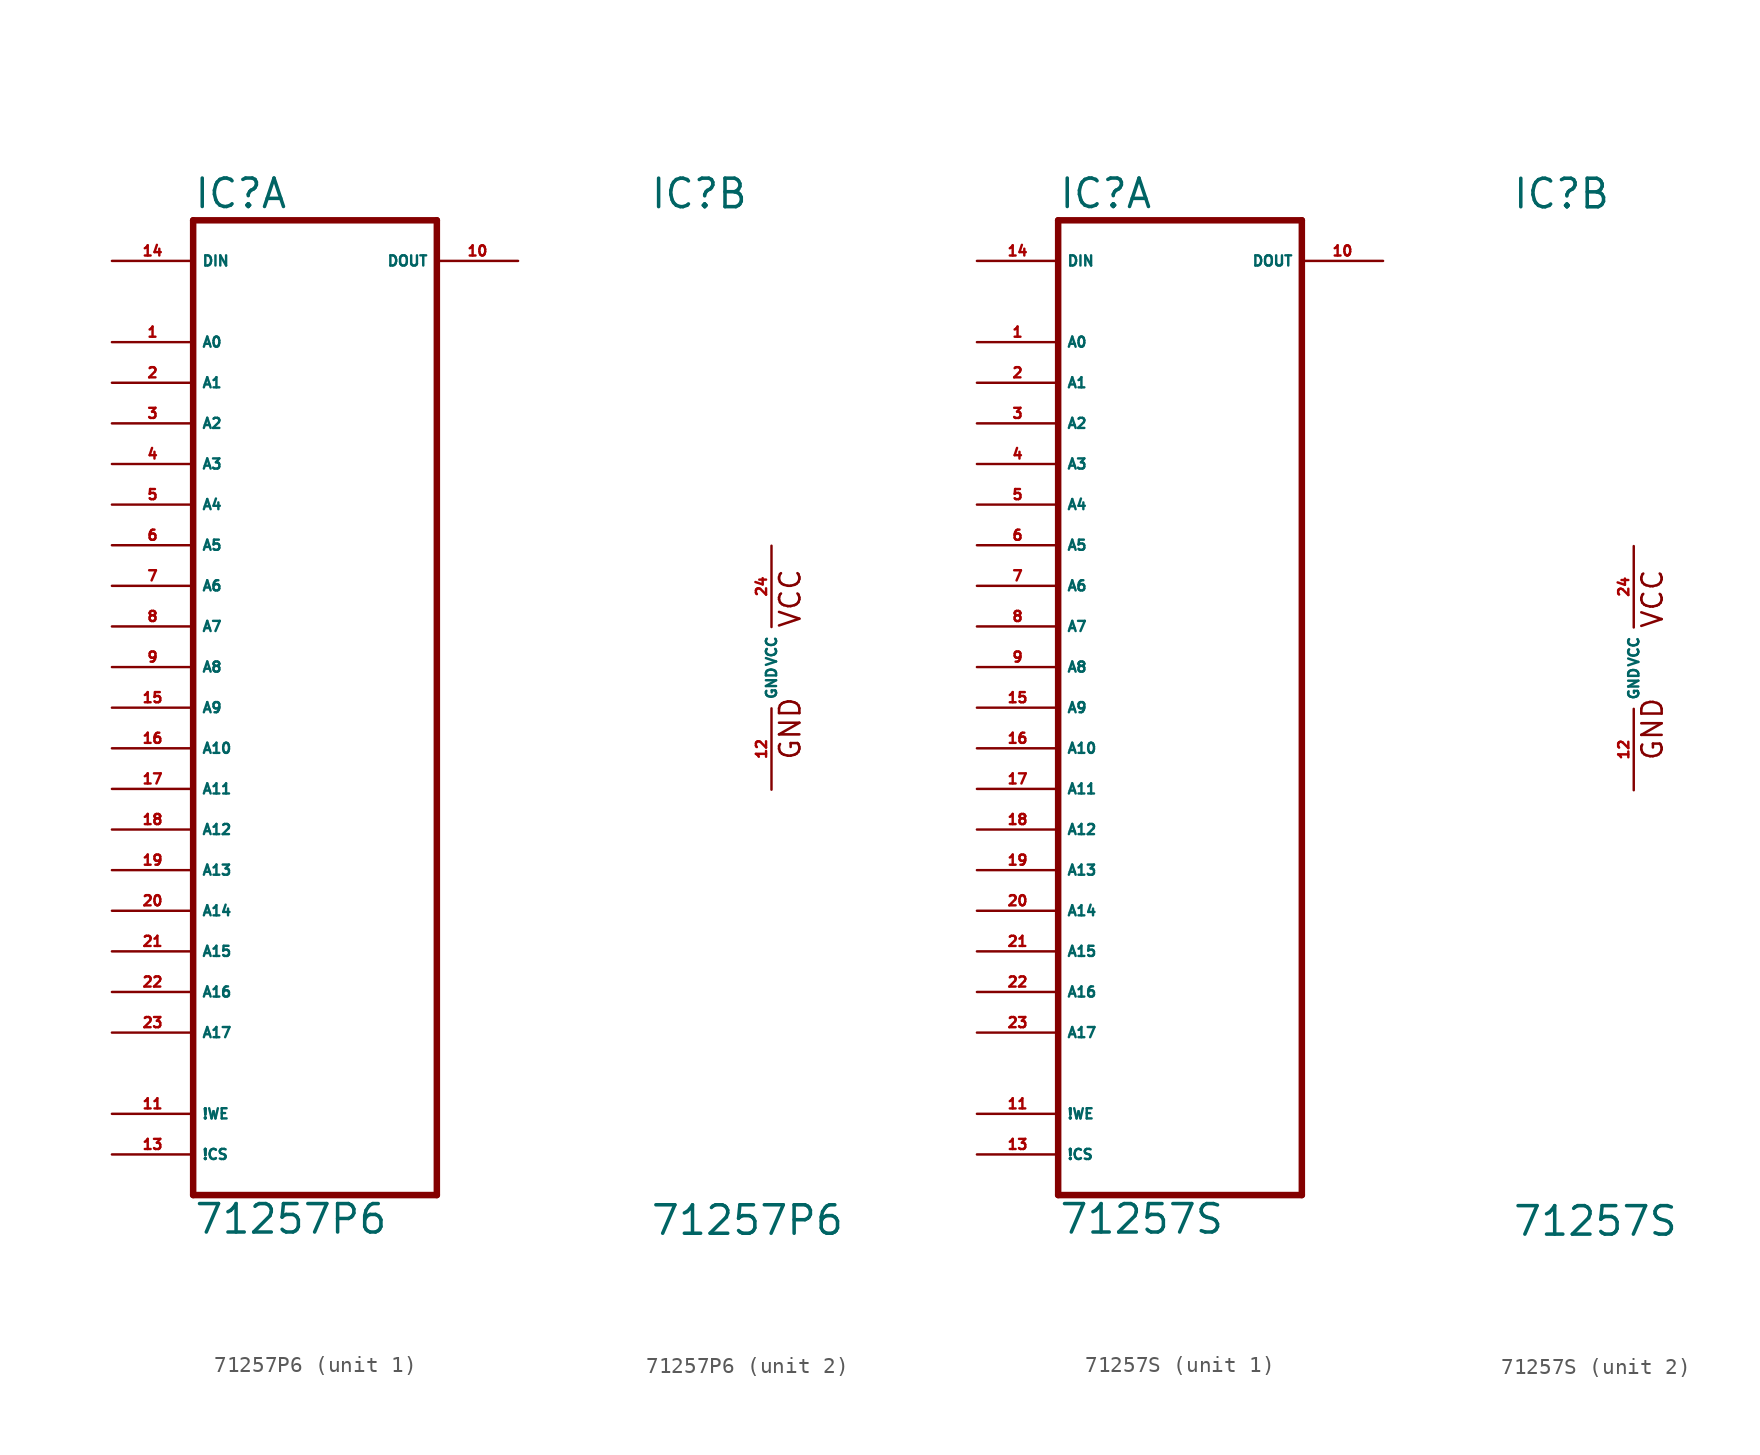
<source format=kicad_sym>
(kicad_symbol_lib
  (version 20220914)
  (generator Eagle2Kicad)
  (symbol "71257P6"
    (property "Reference" "IC"
      (at -7.62 28.575 0)
      (effects (font (size 1.778 1.778) (thickness 0.22)) (justify left bottom)))
    (property "Value" "71257P6"
      (at -7.62 -35.56 0)
      (effects (font (size 1.778 1.778) (thickness 0.22)) (justify left bottom)))
    (symbol "71257P6_1_0"
      (polyline (pts (xy -7.62 -33.02) (xy 7.62 -33.02)) (stroke (width 0.406) (type default)) (fill (type none)))
      (polyline (pts (xy 7.62 -33.02) (xy 7.62 27.94)) (stroke (width 0.406) (type default)) (fill (type none)))
      (polyline (pts (xy 7.62 27.94) (xy -7.62 27.94)) (stroke (width 0.406) (type default)) (fill (type none)))
      (polyline (pts (xy -7.62 27.94) (xy -7.62 -33.02)) (stroke (width 0.406) (type default)) (fill (type none)))
      (pin input line (at -12.7 20.32 0) (length 5.08) (name "A0" (effects (font (size 0.635 0.635) (thickness 0.08)) (justify left bottom))) (number "1" (effects (font (size 0.635 0.635) (thickness 0.08)) (justify left bottom))))
      (pin input line (at -12.7 17.78 0) (length 5.08) (name "A1" (effects (font (size 0.635 0.635) (thickness 0.08)) (justify left bottom))) (number "2" (effects (font (size 0.635 0.635) (thickness 0.08)) (justify left bottom))))
      (pin input line (at -12.7 15.24 0) (length 5.08) (name "A2" (effects (font (size 0.635 0.635) (thickness 0.08)) (justify left bottom))) (number "3" (effects (font (size 0.635 0.635) (thickness 0.08)) (justify left bottom))))
      (pin input line (at -12.7 12.7 0) (length 5.08) (name "A3" (effects (font (size 0.635 0.635) (thickness 0.08)) (justify left bottom))) (number "4" (effects (font (size 0.635 0.635) (thickness 0.08)) (justify left bottom))))
      (pin input line (at -12.7 10.16 0) (length 5.08) (name "A4" (effects (font (size 0.635 0.635) (thickness 0.08)) (justify left bottom))) (number "5" (effects (font (size 0.635 0.635) (thickness 0.08)) (justify left bottom))))
      (pin input line (at -12.7 7.62 0) (length 5.08) (name "A5" (effects (font (size 0.635 0.635) (thickness 0.08)) (justify left bottom))) (number "6" (effects (font (size 0.635 0.635) (thickness 0.08)) (justify left bottom))))
      (pin input line (at -12.7 5.08 0) (length 5.08) (name "A6" (effects (font (size 0.635 0.635) (thickness 0.08)) (justify left bottom))) (number "7" (effects (font (size 0.635 0.635) (thickness 0.08)) (justify left bottom))))
      (pin input line (at -12.7 2.54 0) (length 5.08) (name "A7" (effects (font (size 0.635 0.635) (thickness 0.08)) (justify left bottom))) (number "8" (effects (font (size 0.635 0.635) (thickness 0.08)) (justify left bottom))))
      (pin input line (at -12.7 0 0) (length 5.08) (name "A8" (effects (font (size 0.635 0.635) (thickness 0.08)) (justify left bottom))) (number "9" (effects (font (size 0.635 0.635) (thickness 0.08)) (justify left bottom))))
      (pin input line (at -12.7 -2.54 0) (length 5.08) (name "A9" (effects (font (size 0.635 0.635) (thickness 0.08)) (justify left bottom))) (number "15" (effects (font (size 0.635 0.635) (thickness 0.08)) (justify left bottom))))
      (pin input line (at -12.7 -5.08 0) (length 5.08) (name "A10" (effects (font (size 0.635 0.635) (thickness 0.08)) (justify left bottom))) (number "16" (effects (font (size 0.635 0.635) (thickness 0.08)) (justify left bottom))))
      (pin input line (at -12.7 -7.62 0) (length 5.08) (name "A11" (effects (font (size 0.635 0.635) (thickness 0.08)) (justify left bottom))) (number "17" (effects (font (size 0.635 0.635) (thickness 0.08)) (justify left bottom))))
      (pin input line (at -12.7 -10.16 0) (length 5.08) (name "A12" (effects (font (size 0.635 0.635) (thickness 0.08)) (justify left bottom))) (number "18" (effects (font (size 0.635 0.635) (thickness 0.08)) (justify left bottom))))
      (pin input line (at -12.7 -12.7 0) (length 5.08) (name "A13" (effects (font (size 0.635 0.635) (thickness 0.08)) (justify left bottom))) (number "19" (effects (font (size 0.635 0.635) (thickness 0.08)) (justify left bottom))))
      (pin input line (at -12.7 -15.24 0) (length 5.08) (name "A14" (effects (font (size 0.635 0.635) (thickness 0.08)) (justify left bottom))) (number "20" (effects (font (size 0.635 0.635) (thickness 0.08)) (justify left bottom))))
      (pin input line (at -12.7 -17.78 0) (length 5.08) (name "A15" (effects (font (size 0.635 0.635) (thickness 0.08)) (justify left bottom))) (number "21" (effects (font (size 0.635 0.635) (thickness 0.08)) (justify left bottom))))
      (pin input line (at -12.7 25.4 0) (length 5.08) (name "DIN" (effects (font (size 0.635 0.635) (thickness 0.08)) (justify left bottom))) (number "14" (effects (font (size 0.635 0.635) (thickness 0.08)) (justify left bottom))))
      (pin input line (at -12.7 -27.94 0) (length 5.08) (name "!WE" (effects (font (size 0.635 0.635) (thickness 0.08)) (justify left bottom))) (number "11" (effects (font (size 0.635 0.635) (thickness 0.08)) (justify left bottom))))
      (pin input line (at -12.7 -30.48 0) (length 5.08) (name "!CS" (effects (font (size 0.635 0.635) (thickness 0.08)) (justify left bottom))) (number "13" (effects (font (size 0.635 0.635) (thickness 0.08)) (justify left bottom))))
      (pin output line (at 12.7 25.4 180) (length 5.08) (name "DOUT" (effects (font (size 0.635 0.635) (thickness 0.08)) (justify left bottom))) (number "10" (effects (font (size 0.635 0.635) (thickness 0.08)) (justify left bottom))))
      (pin input line (at -12.7 -20.32 0) (length 5.08) (name "A16" (effects (font (size 0.635 0.635) (thickness 0.08)) (justify left bottom))) (number "22" (effects (font (size 0.635 0.635) (thickness 0.08)) (justify left bottom))))
      (pin input line (at -12.7 -22.86 0) (length 5.08) (name "A17" (effects (font (size 0.635 0.635) (thickness 0.08)) (justify left bottom))) (number "23" (effects (font (size 0.635 0.635) (thickness 0.08)) (justify left bottom)))))
    (symbol "71257P6_2_0"
      (text "GND" (at 1.905 -5.842 900) (effects (font (size 1.27 1.27) (thickness 0.16)) (justify left bottom)))
      (text "VCC" (at 1.905 2.413 900) (effects (font (size 1.27 1.27) (thickness 0.16)) (justify left bottom)))
      (pin unspecified line (at 0 7.62 270) (length 5.08) (name "VCC" (effects (font (size 0.635 0.635) (thickness 0.08)) (justify left bottom))) (number "24" (effects (font (size 0.635 0.635) (thickness 0.08)) (justify left bottom))))
      (pin unspecified line (at 0 -7.62 90) (length 5.08) (name "GND" (effects (font (size 0.635 0.635) (thickness 0.08)) (justify left bottom))) (number "12" (effects (font (size 0.635 0.635) (thickness 0.08)) (justify left bottom))))))
  (symbol "71257S"
    (property "Reference" "IC"
      (at -7.62 28.575 0)
      (effects (font (size 1.778 1.778) (thickness 0.22)) (justify left bottom)))
    (property "Value" "71257S"
      (at -7.62 -35.56 0)
      (effects (font (size 1.778 1.778) (thickness 0.22)) (justify left bottom)))
    (symbol "71257S_1_0"
      (polyline (pts (xy -7.62 -33.02) (xy 7.62 -33.02)) (stroke (width 0.406) (type default)) (fill (type none)))
      (polyline (pts (xy 7.62 -33.02) (xy 7.62 27.94)) (stroke (width 0.406) (type default)) (fill (type none)))
      (polyline (pts (xy 7.62 27.94) (xy -7.62 27.94)) (stroke (width 0.406) (type default)) (fill (type none)))
      (polyline (pts (xy -7.62 27.94) (xy -7.62 -33.02)) (stroke (width 0.406) (type default)) (fill (type none)))
      (pin input line (at -12.7 20.32 0) (length 5.08) (name "A0" (effects (font (size 0.635 0.635) (thickness 0.08)) (justify left bottom))) (number "1" (effects (font (size 0.635 0.635) (thickness 0.08)) (justify left bottom))))
      (pin input line (at -12.7 17.78 0) (length 5.08) (name "A1" (effects (font (size 0.635 0.635) (thickness 0.08)) (justify left bottom))) (number "2" (effects (font (size 0.635 0.635) (thickness 0.08)) (justify left bottom))))
      (pin input line (at -12.7 15.24 0) (length 5.08) (name "A2" (effects (font (size 0.635 0.635) (thickness 0.08)) (justify left bottom))) (number "3" (effects (font (size 0.635 0.635) (thickness 0.08)) (justify left bottom))))
      (pin input line (at -12.7 12.7 0) (length 5.08) (name "A3" (effects (font (size 0.635 0.635) (thickness 0.08)) (justify left bottom))) (number "4" (effects (font (size 0.635 0.635) (thickness 0.08)) (justify left bottom))))
      (pin input line (at -12.7 10.16 0) (length 5.08) (name "A4" (effects (font (size 0.635 0.635) (thickness 0.08)) (justify left bottom))) (number "5" (effects (font (size 0.635 0.635) (thickness 0.08)) (justify left bottom))))
      (pin input line (at -12.7 7.62 0) (length 5.08) (name "A5" (effects (font (size 0.635 0.635) (thickness 0.08)) (justify left bottom))) (number "6" (effects (font (size 0.635 0.635) (thickness 0.08)) (justify left bottom))))
      (pin input line (at -12.7 5.08 0) (length 5.08) (name "A6" (effects (font (size 0.635 0.635) (thickness 0.08)) (justify left bottom))) (number "7" (effects (font (size 0.635 0.635) (thickness 0.08)) (justify left bottom))))
      (pin input line (at -12.7 2.54 0) (length 5.08) (name "A7" (effects (font (size 0.635 0.635) (thickness 0.08)) (justify left bottom))) (number "8" (effects (font (size 0.635 0.635) (thickness 0.08)) (justify left bottom))))
      (pin input line (at -12.7 0 0) (length 5.08) (name "A8" (effects (font (size 0.635 0.635) (thickness 0.08)) (justify left bottom))) (number "9" (effects (font (size 0.635 0.635) (thickness 0.08)) (justify left bottom))))
      (pin input line (at -12.7 -2.54 0) (length 5.08) (name "A9" (effects (font (size 0.635 0.635) (thickness 0.08)) (justify left bottom))) (number "15" (effects (font (size 0.635 0.635) (thickness 0.08)) (justify left bottom))))
      (pin input line (at -12.7 -5.08 0) (length 5.08) (name "A10" (effects (font (size 0.635 0.635) (thickness 0.08)) (justify left bottom))) (number "16" (effects (font (size 0.635 0.635) (thickness 0.08)) (justify left bottom))))
      (pin input line (at -12.7 -7.62 0) (length 5.08) (name "A11" (effects (font (size 0.635 0.635) (thickness 0.08)) (justify left bottom))) (number "17" (effects (font (size 0.635 0.635) (thickness 0.08)) (justify left bottom))))
      (pin input line (at -12.7 -10.16 0) (length 5.08) (name "A12" (effects (font (size 0.635 0.635) (thickness 0.08)) (justify left bottom))) (number "18" (effects (font (size 0.635 0.635) (thickness 0.08)) (justify left bottom))))
      (pin input line (at -12.7 -12.7 0) (length 5.08) (name "A13" (effects (font (size 0.635 0.635) (thickness 0.08)) (justify left bottom))) (number "19" (effects (font (size 0.635 0.635) (thickness 0.08)) (justify left bottom))))
      (pin input line (at -12.7 -15.24 0) (length 5.08) (name "A14" (effects (font (size 0.635 0.635) (thickness 0.08)) (justify left bottom))) (number "20" (effects (font (size 0.635 0.635) (thickness 0.08)) (justify left bottom))))
      (pin input line (at -12.7 -17.78 0) (length 5.08) (name "A15" (effects (font (size 0.635 0.635) (thickness 0.08)) (justify left bottom))) (number "21" (effects (font (size 0.635 0.635) (thickness 0.08)) (justify left bottom))))
      (pin input line (at -12.7 25.4 0) (length 5.08) (name "DIN" (effects (font (size 0.635 0.635) (thickness 0.08)) (justify left bottom))) (number "14" (effects (font (size 0.635 0.635) (thickness 0.08)) (justify left bottom))))
      (pin input line (at -12.7 -27.94 0) (length 5.08) (name "!WE" (effects (font (size 0.635 0.635) (thickness 0.08)) (justify left bottom))) (number "11" (effects (font (size 0.635 0.635) (thickness 0.08)) (justify left bottom))))
      (pin input line (at -12.7 -30.48 0) (length 5.08) (name "!CS" (effects (font (size 0.635 0.635) (thickness 0.08)) (justify left bottom))) (number "13" (effects (font (size 0.635 0.635) (thickness 0.08)) (justify left bottom))))
      (pin output line (at 12.7 25.4 180) (length 5.08) (name "DOUT" (effects (font (size 0.635 0.635) (thickness 0.08)) (justify left bottom))) (number "10" (effects (font (size 0.635 0.635) (thickness 0.08)) (justify left bottom))))
      (pin input line (at -12.7 -20.32 0) (length 5.08) (name "A16" (effects (font (size 0.635 0.635) (thickness 0.08)) (justify left bottom))) (number "22" (effects (font (size 0.635 0.635) (thickness 0.08)) (justify left bottom))))
      (pin input line (at -12.7 -22.86 0) (length 5.08) (name "A17" (effects (font (size 0.635 0.635) (thickness 0.08)) (justify left bottom))) (number "23" (effects (font (size 0.635 0.635) (thickness 0.08)) (justify left bottom)))))
    (symbol "71257S_2_0"
      (text "GND" (at 1.905 -5.842 900) (effects (font (size 1.27 1.27) (thickness 0.16)) (justify left bottom)))
      (text "VCC" (at 1.905 2.413 900) (effects (font (size 1.27 1.27) (thickness 0.16)) (justify left bottom)))
      (pin unspecified line (at 0 7.62 270) (length 5.08) (name "VCC" (effects (font (size 0.635 0.635) (thickness 0.08)) (justify left bottom))) (number "24" (effects (font (size 0.635 0.635) (thickness 0.08)) (justify left bottom))))
      (pin unspecified line (at 0 -7.62 90) (length 5.08) (name "GND" (effects (font (size 0.635 0.635) (thickness 0.08)) (justify left bottom))) (number "12" (effects (font (size 0.635 0.635) (thickness 0.08)) (justify left bottom)))))))
</source>
